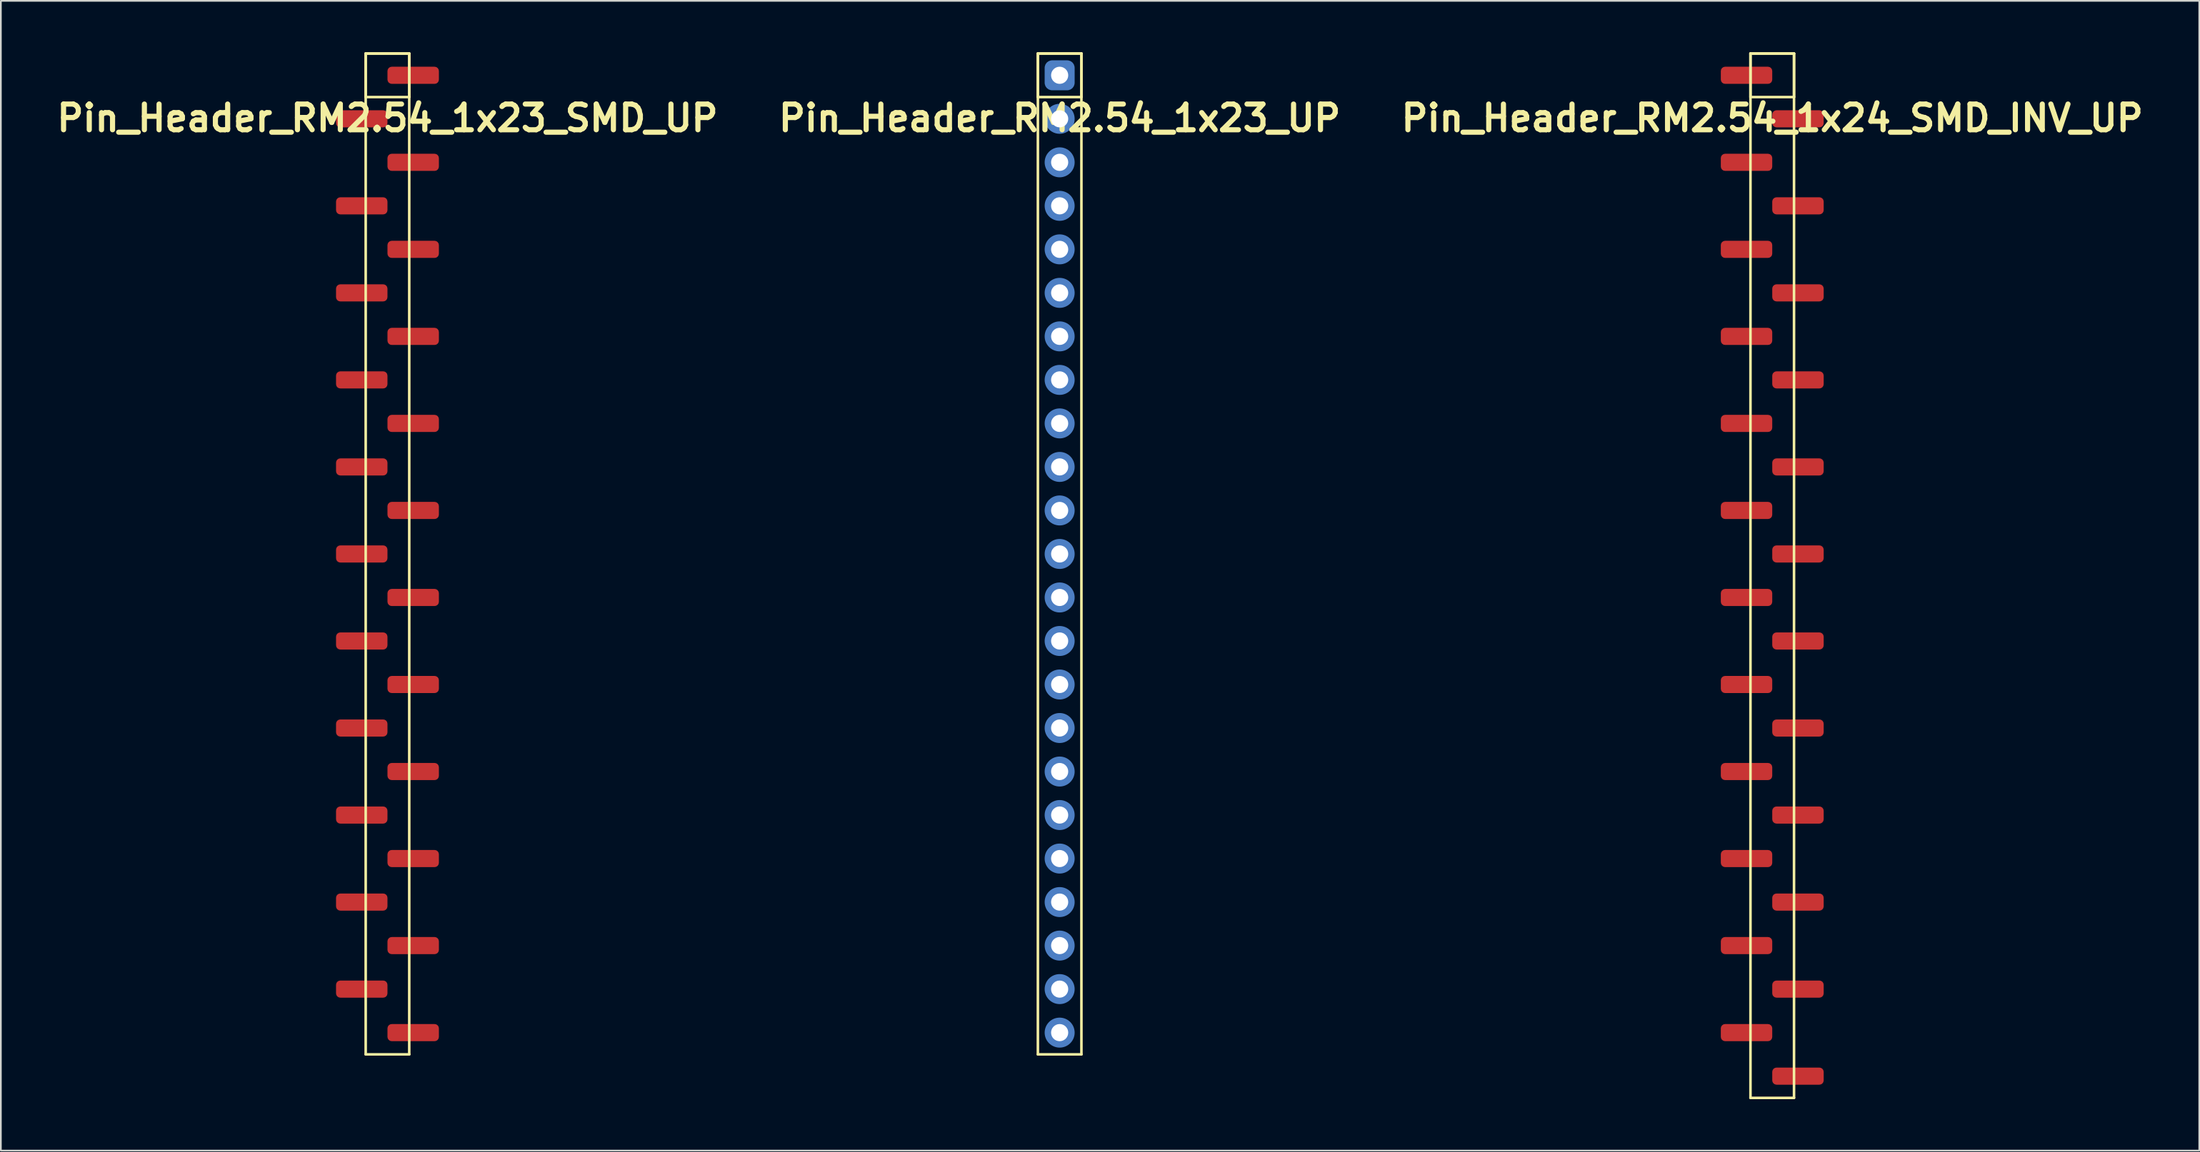
<source format=kicad_pcb>
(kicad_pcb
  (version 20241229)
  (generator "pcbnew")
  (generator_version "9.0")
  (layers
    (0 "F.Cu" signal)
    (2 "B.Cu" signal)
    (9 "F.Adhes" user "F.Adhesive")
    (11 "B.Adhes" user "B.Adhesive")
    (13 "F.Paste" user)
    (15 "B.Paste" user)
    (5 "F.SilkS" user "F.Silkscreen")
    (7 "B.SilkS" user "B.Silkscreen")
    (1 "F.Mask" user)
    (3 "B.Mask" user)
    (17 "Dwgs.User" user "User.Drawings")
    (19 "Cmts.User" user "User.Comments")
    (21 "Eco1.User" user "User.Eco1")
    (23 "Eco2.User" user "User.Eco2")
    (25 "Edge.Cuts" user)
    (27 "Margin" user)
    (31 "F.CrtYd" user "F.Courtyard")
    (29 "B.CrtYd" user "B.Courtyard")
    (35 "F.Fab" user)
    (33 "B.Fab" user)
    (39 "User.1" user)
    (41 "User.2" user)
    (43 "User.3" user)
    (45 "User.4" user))
  (footprint "Pin_Header_RM2.54_1x23_SMD_UP"
    (layer "F.Cu")
    (at 19.55 1.345)
    (property "Reference" "Pin_Header_RM2.54_1x23_SMD_UP" (at 0 2.5 0) (layer "F.SilkS") (effects (font (size 1.5 1.5) (thickness 0.3))))
    (attr through_hole)
    (fp_line (start -1.27 -1.27) (end 1.27 -1.27) (stroke (width 0.15) (type solid)) (layer "F.SilkS"))
    (fp_line (start -1.27 -1.27) (end 1.27 -1.27) (stroke (width 0.15) (type solid)) (layer "F.SilkS"))
    (fp_line (start -1.27 1.27) (end -1.27 -1.27) (stroke (width 0.15) (type solid)) (layer "F.SilkS"))
    (fp_line (start -1.27 57.15) (end -1.27 -1.27) (stroke (width 0.15) (type solid)) (layer "F.SilkS"))
    (fp_line (start 1.27 -1.27) (end 1.27 1.27) (stroke (width 0.15) (type solid)) (layer "F.SilkS"))
    (fp_line (start 1.27 -1.27) (end 1.27 57.15) (stroke (width 0.15) (type solid)) (layer "F.SilkS"))
    (fp_line (start 1.27 1.27) (end -1.27 1.27) (stroke (width 0.15) (type solid)) (layer "F.SilkS"))
    (fp_line (start 1.27 57.15) (end -1.27 57.15) (stroke (width 0.15) (type solid)) (layer "F.SilkS"))
    (pad "1" smd roundrect (at 1.5 0) (size 3 1) (layers "F.Cu" "F.Mask" "F.Paste") (roundrect_rratio 0.25))
    (pad "2" smd roundrect (at -1.5 2.54) (size 3 1) (layers "F.Cu" "F.Mask" "F.Paste") (roundrect_rratio 0.25))
    (pad "3" smd roundrect (at 1.5 5.08) (size 3 1) (layers "F.Cu" "F.Mask" "F.Paste") (roundrect_rratio 0.25))
    (pad "4" smd roundrect (at -1.5 7.62) (size 3 1) (layers "F.Cu" "F.Mask" "F.Paste") (roundrect_rratio 0.25))
    (pad "5" smd roundrect (at 1.5 10.16) (size 3 1) (layers "F.Cu" "F.Mask" "F.Paste") (roundrect_rratio 0.25))
    (pad "6" smd roundrect (at -1.5 12.7) (size 3 1) (layers "F.Cu" "F.Mask" "F.Paste") (roundrect_rratio 0.25))
    (pad "7" smd roundrect (at 1.5 15.24) (size 3 1) (layers "F.Cu" "F.Mask" "F.Paste") (roundrect_rratio 0.25))
    (pad "8" smd roundrect (at -1.5 17.78) (size 3 1) (layers "F.Cu" "F.Mask" "F.Paste") (roundrect_rratio 0.25))
    (pad "9" smd roundrect (at 1.5 20.32) (size 3 1) (layers "F.Cu" "F.Mask" "F.Paste") (roundrect_rratio 0.25))
    (pad "10" smd roundrect (at -1.5 22.86) (size 3 1) (layers "F.Cu" "F.Mask" "F.Paste") (roundrect_rratio 0.25))
    (pad "11" smd roundrect (at 1.5 25.4) (size 3 1) (layers "F.Cu" "F.Mask" "F.Paste") (roundrect_rratio 0.25))
    (pad "12" smd roundrect (at -1.5 27.94) (size 3 1) (layers "F.Cu" "F.Mask" "F.Paste") (roundrect_rratio 0.25))
    (pad "13" smd roundrect (at 1.5 30.48) (size 3 1) (layers "F.Cu" "F.Mask" "F.Paste") (roundrect_rratio 0.25))
    (pad "14" smd roundrect (at -1.5 33.02) (size 3 1) (layers "F.Cu" "F.Mask" "F.Paste") (roundrect_rratio 0.25))
    (pad "15" smd roundrect (at 1.5 35.56) (size 3 1) (layers "F.Cu" "F.Mask" "F.Paste") (roundrect_rratio 0.25))
    (pad "16" smd roundrect (at -1.5 38.1) (size 3 1) (layers "F.Cu" "F.Mask" "F.Paste") (roundrect_rratio 0.25))
    (pad "17" smd roundrect (at 1.5 40.64) (size 3 1) (layers "F.Cu" "F.Mask" "F.Paste") (roundrect_rratio 0.25))
    (pad "18" smd roundrect (at -1.5 43.18) (size 3 1) (layers "F.Cu" "F.Mask" "F.Paste") (roundrect_rratio 0.25))
    (pad "19" smd roundrect (at 1.5 45.72) (size 3 1) (layers "F.Cu" "F.Mask" "F.Paste") (roundrect_rratio 0.25))
    (pad "20" smd roundrect (at -1.5 48.26) (size 3 1) (layers "F.Cu" "F.Mask" "F.Paste") (roundrect_rratio 0.25))
    (pad "21" smd roundrect (at 1.5 50.8) (size 3 1) (layers "F.Cu" "F.Mask" "F.Paste") (roundrect_rratio 0.25))
    (pad "22" smd roundrect (at -1.5 53.34) (size 3 1) (layers "F.Cu" "F.Mask" "F.Paste") (roundrect_rratio 0.25))
    (pad "23" smd roundrect (at 1.5 55.88) (size 3 1) (layers "F.Cu" "F.Mask" "F.Paste") (roundrect_rratio 0.25)))
  (footprint "Pin_Header_RM2.54_1x24_SMD_INV_UP"
    (layer "F.Cu")
    (at 100.321 1.345)
    (property "Reference" "Pin_Header_RM2.54_1x24_SMD_INV_UP" (at 0 2.5 0) (layer "F.SilkS") (effects (font (size 1.5 1.5) (thickness 0.3))))
    (attr through_hole)
    (fp_line (start -1.27 -1.27) (end 1.27 -1.27) (stroke (width 0.15) (type solid)) (layer "F.SilkS"))
    (fp_line (start -1.27 -1.27) (end 1.27 -1.27) (stroke (width 0.15) (type solid)) (layer "F.SilkS"))
    (fp_line (start -1.27 1.27) (end -1.27 -1.27) (stroke (width 0.15) (type solid)) (layer "F.SilkS"))
    (fp_line (start -1.27 59.69) (end -1.27 -1.27) (stroke (width 0.15) (type solid)) (layer "F.SilkS"))
    (fp_line (start 1.27 -1.27) (end 1.27 1.27) (stroke (width 0.15) (type solid)) (layer "F.SilkS"))
    (fp_line (start 1.27 -1.27) (end 1.27 59.69) (stroke (width 0.15) (type solid)) (layer "F.SilkS"))
    (fp_line (start 1.27 1.27) (end -1.27 1.27) (stroke (width 0.15) (type solid)) (layer "F.SilkS"))
    (fp_line (start 1.27 59.69) (end -1.27 59.69) (stroke (width 0.15) (type solid)) (layer "F.SilkS"))
    (pad "1" smd roundrect (at -1.5 0) (size 3 1) (layers "F.Cu" "F.Mask") (roundrect_rratio 0.25))
    (pad "2" smd roundrect (at 1.5 2.54) (size 3 1) (layers "F.Cu" "F.Mask") (roundrect_rratio 0.25))
    (pad "3" smd roundrect (at -1.5 5.08) (size 3 1) (layers "F.Cu" "F.Mask") (roundrect_rratio 0.25))
    (pad "4" smd roundrect (at 1.5 7.62) (size 3 1) (layers "F.Cu" "F.Mask") (roundrect_rratio 0.25))
    (pad "5" smd roundrect (at -1.5 10.16) (size 3 1) (layers "F.Cu" "F.Mask") (roundrect_rratio 0.25))
    (pad "6" smd roundrect (at 1.5 12.7) (size 3 1) (layers "F.Cu" "F.Mask") (roundrect_rratio 0.25))
    (pad "7" smd roundrect (at -1.5 15.24) (size 3 1) (layers "F.Cu" "F.Mask") (roundrect_rratio 0.25))
    (pad "8" smd roundrect (at 1.5 17.78) (size 3 1) (layers "F.Cu" "F.Mask") (roundrect_rratio 0.25))
    (pad "9" smd roundrect (at -1.5 20.32) (size 3 1) (layers "F.Cu" "F.Mask") (roundrect_rratio 0.25))
    (pad "10" smd roundrect (at 1.5 22.86) (size 3 1) (layers "F.Cu" "F.Mask") (roundrect_rratio 0.25))
    (pad "11" smd roundrect (at -1.5 25.4) (size 3 1) (layers "F.Cu" "F.Mask") (roundrect_rratio 0.25))
    (pad "12" smd roundrect (at 1.5 27.94) (size 3 1) (layers "F.Cu" "F.Mask") (roundrect_rratio 0.25))
    (pad "13" smd roundrect (at -1.5 30.48) (size 3 1) (layers "F.Cu" "F.Mask") (roundrect_rratio 0.25))
    (pad "14" smd roundrect (at 1.5 33.02) (size 3 1) (layers "F.Cu" "F.Mask") (roundrect_rratio 0.25))
    (pad "15" smd roundrect (at -1.5 35.56) (size 3 1) (layers "F.Cu" "F.Mask") (roundrect_rratio 0.25))
    (pad "16" smd roundrect (at 1.5 38.1) (size 3 1) (layers "F.Cu" "F.Mask") (roundrect_rratio 0.25))
    (pad "17" smd roundrect (at -1.5 40.64) (size 3 1) (layers "F.Cu" "F.Mask") (roundrect_rratio 0.25))
    (pad "18" smd roundrect (at 1.5 43.18) (size 3 1) (layers "F.Cu" "F.Mask") (roundrect_rratio 0.25))
    (pad "19" smd roundrect (at -1.5 45.72) (size 3 1) (layers "F.Cu" "F.Mask") (roundrect_rratio 0.25))
    (pad "20" smd roundrect (at 1.5 48.26) (size 3 1) (layers "F.Cu" "F.Mask") (roundrect_rratio 0.25))
    (pad "21" smd roundrect (at -1.5 50.8) (size 3 1) (layers "F.Cu" "F.Mask") (roundrect_rratio 0.25))
    (pad "22" smd roundrect (at 1.5 53.34) (size 3 1) (layers "F.Cu" "F.Mask") (roundrect_rratio 0.25))
    (pad "23" smd roundrect (at -1.5 55.88) (size 3 1) (layers "F.Cu" "F.Mask") (roundrect_rratio 0.25))
    (pad "24" smd roundrect (at 1.5 58.42) (size 3 1) (layers "F.Cu" "F.Mask") (roundrect_rratio 0.25)))
  (footprint "Pin_Header_RM2.54_1x23_UP"
    (layer "F.Cu")
    (at 58.757 1.345)
    (property "Reference" "Pin_Header_RM2.54_1x23_UP" (at 0 2.5 0) (layer "F.SilkS") (effects (font (size 1.5 1.5) (thickness 0.3))))
    (attr through_hole)
    (fp_line (start -1.27 -1.27) (end 1.27 -1.27) (stroke (width 0.15) (type solid)) (layer "F.SilkS"))
    (fp_line (start -1.27 -1.27) (end 1.27 -1.27) (stroke (width 0.15) (type solid)) (layer "F.SilkS"))
    (fp_line (start -1.27 1.27) (end -1.27 -1.27) (stroke (width 0.15) (type solid)) (layer "F.SilkS"))
    (fp_line (start -1.27 57.15) (end -1.27 -1.27) (stroke (width 0.15) (type solid)) (layer "F.SilkS"))
    (fp_line (start 1.27 -1.27) (end 1.27 1.27) (stroke (width 0.15) (type solid)) (layer "F.SilkS"))
    (fp_line (start 1.27 -1.27) (end 1.27 57.15) (stroke (width 0.15) (type solid)) (layer "F.SilkS"))
    (fp_line (start 1.27 1.27) (end -1.27 1.27) (stroke (width 0.15) (type solid)) (layer "F.SilkS"))
    (fp_line (start 1.27 57.15) (end -1.27 57.15) (stroke (width 0.15) (type solid)) (layer "F.SilkS"))
    (pad "1" thru_hole circle (at 0 0) (size 1.3 1.3) (drill 1) (layers "*.Cu" "*.Mask"))
    (pad "1" smd roundrect (at 0 0) (size 1.5 1.5) (layers "F.Cu" "F.Mask") (roundrect_rratio 0.25))
    (pad "1" smd roundrect (at 0 0) (size 1.75 1.75) (layers "B.Cu" "B.Mask") (roundrect_rratio 0.25))
    (pad "2" thru_hole circle (at 0 2.54) (size 1.3 1.3) (drill 1) (layers "*.Cu" "*.Mask"))
    (pad "2" smd circle (at 0 2.54) (size 1.5 1.5) (layers "F.Cu" "F.Mask"))
    (pad "2" smd circle (at 0 2.54) (size 1.75 1.75) (layers "B.Cu" "B.Mask"))
    (pad "3" thru_hole circle (at 0 5.08) (size 1.3 1.3) (drill 1) (layers "*.Cu" "*.Mask"))
    (pad "3" smd circle (at 0 5.08) (size 1.5 1.5) (layers "F.Cu" "F.Mask"))
    (pad "3" smd circle (at 0 5.08) (size 1.75 1.75) (layers "B.Cu" "B.Mask"))
    (pad "4" thru_hole circle (at 0 7.62) (size 1.3 1.3) (drill 1) (layers "*.Cu" "*.Mask"))
    (pad "4" smd circle (at 0 7.62) (size 1.5 1.5) (layers "F.Cu" "F.Mask"))
    (pad "4" smd circle (at 0 7.62) (size 1.75 1.75) (layers "B.Cu" "B.Mask"))
    (pad "5" thru_hole circle (at 0 10.16) (size 1.3 1.3) (drill 1) (layers "*.Cu" "*.Mask"))
    (pad "5" smd circle (at 0 10.16) (size 1.5 1.5) (layers "F.Cu" "F.Mask"))
    (pad "5" smd circle (at 0 10.16) (size 1.75 1.75) (layers "B.Cu" "B.Mask"))
    (pad "6" thru_hole circle (at 0 12.7) (size 1.3 1.3) (drill 1) (layers "*.Cu" "*.Mask"))
    (pad "6" smd circle (at 0 12.7) (size 1.5 1.5) (layers "F.Cu" "F.Mask"))
    (pad "6" smd circle (at 0 12.7) (size 1.75 1.75) (layers "B.Cu" "B.Mask"))
    (pad "7" thru_hole circle (at 0 15.24) (size 1.3 1.3) (drill 1) (layers "*.Cu" "*.Mask"))
    (pad "7" smd circle (at 0 15.24) (size 1.5 1.5) (layers "F.Cu" "F.Mask"))
    (pad "7" smd circle (at 0 15.24) (size 1.75 1.75) (layers "B.Cu" "B.Mask"))
    (pad "8" thru_hole circle (at 0 17.78) (size 1.3 1.3) (drill 1) (layers "*.Cu" "*.Mask"))
    (pad "8" smd circle (at 0 17.78) (size 1.5 1.5) (layers "F.Cu" "F.Mask"))
    (pad "8" smd circle (at 0 17.78) (size 1.75 1.75) (layers "B.Cu" "B.Mask"))
    (pad "9" thru_hole circle (at 0 20.32) (size 1.3 1.3) (drill 1) (layers "*.Cu" "*.Mask"))
    (pad "9" smd circle (at 0 20.32) (size 1.5 1.5) (layers "F.Cu" "F.Mask"))
    (pad "9" smd circle (at 0 20.32) (size 1.75 1.75) (layers "B.Cu" "B.Mask"))
    (pad "10" thru_hole circle (at 0 22.86) (size 1.3 1.3) (drill 1) (layers "*.Cu" "*.Mask"))
    (pad "10" smd circle (at 0 22.86) (size 1.5 1.5) (layers "F.Cu" "F.Mask"))
    (pad "10" smd circle (at 0 22.86) (size 1.75 1.75) (layers "B.Cu" "B.Mask"))
    (pad "11" thru_hole circle (at 0 25.4) (size 1.3 1.3) (drill 1) (layers "*.Cu" "*.Mask"))
    (pad "11" smd circle (at 0 25.4) (size 1.5 1.5) (layers "F.Cu" "F.Mask"))
    (pad "11" smd circle (at 0 25.4) (size 1.75 1.75) (layers "B.Cu" "B.Mask"))
    (pad "12" thru_hole circle (at 0 27.94) (size 1.3 1.3) (drill 1) (layers "*.Cu" "*.Mask"))
    (pad "12" smd circle (at 0 27.94) (size 1.5 1.5) (layers "F.Cu" "F.Mask"))
    (pad "12" smd circle (at 0 27.94) (size 1.75 1.75) (layers "B.Cu" "B.Mask"))
    (pad "13" thru_hole circle (at 0 30.48) (size 1.3 1.3) (drill 1) (layers "*.Cu" "*.Mask"))
    (pad "13" smd circle (at 0 30.48) (size 1.5 1.5) (layers "F.Cu" "F.Mask"))
    (pad "13" smd circle (at 0 30.48) (size 1.75 1.75) (layers "B.Cu" "B.Mask"))
    (pad "14" thru_hole circle (at 0 33.02) (size 1.3 1.3) (drill 1) (layers "*.Cu" "*.Mask"))
    (pad "14" smd circle (at 0 33.02) (size 1.5 1.5) (layers "F.Cu" "F.Mask"))
    (pad "14" smd circle (at 0 33.02) (size 1.75 1.75) (layers "B.Cu" "B.Mask"))
    (pad "15" thru_hole circle (at 0 35.56) (size 1.3 1.3) (drill 1) (layers "*.Cu" "*.Mask"))
    (pad "15" smd circle (at 0 35.56) (size 1.5 1.5) (layers "F.Cu" "F.Mask"))
    (pad "15" smd circle (at 0 35.56) (size 1.75 1.75) (layers "B.Cu" "B.Mask"))
    (pad "16" thru_hole circle (at 0 38.1) (size 1.3 1.3) (drill 1) (layers "*.Cu" "*.Mask"))
    (pad "16" smd circle (at 0 38.1) (size 1.5 1.5) (layers "F.Cu" "F.Mask"))
    (pad "16" smd circle (at 0 38.1) (size 1.75 1.75) (layers "B.Cu" "B.Mask"))
    (pad "17" thru_hole circle (at 0 40.64) (size 1.3 1.3) (drill 1) (layers "*.Cu" "*.Mask"))
    (pad "17" smd circle (at 0 40.64) (size 1.5 1.5) (layers "F.Cu" "F.Mask"))
    (pad "17" smd circle (at 0 40.64) (size 1.75 1.75) (layers "B.Cu" "B.Mask"))
    (pad "18" thru_hole circle (at 0 43.18) (size 1.3 1.3) (drill 1) (layers "*.Cu" "*.Mask"))
    (pad "18" smd circle (at 0 43.18) (size 1.5 1.5) (layers "F.Cu" "F.Mask"))
    (pad "18" smd circle (at 0 43.18) (size 1.75 1.75) (layers "B.Cu" "B.Mask"))
    (pad "19" thru_hole circle (at 0 45.72) (size 1.3 1.3) (drill 1) (layers "*.Cu" "*.Mask"))
    (pad "19" smd circle (at 0 45.72) (size 1.5 1.5) (layers "F.Cu" "F.Mask"))
    (pad "19" smd circle (at 0 45.72) (size 1.75 1.75) (layers "B.Cu" "B.Mask"))
    (pad "20" thru_hole circle (at 0 48.26) (size 1.3 1.3) (drill 1) (layers "*.Cu" "*.Mask"))
    (pad "20" smd circle (at 0 48.26) (size 1.5 1.5) (layers "F.Cu" "F.Mask"))
    (pad "20" smd circle (at 0 48.26) (size 1.75 1.75) (layers "B.Cu" "B.Mask"))
    (pad "21" thru_hole circle (at 0 50.8) (size 1.3 1.3) (drill 1) (layers "*.Cu" "*.Mask"))
    (pad "21" smd circle (at 0 50.8) (size 1.5 1.5) (layers "F.Cu" "F.Mask"))
    (pad "21" smd circle (at 0 50.8) (size 1.75 1.75) (layers "B.Cu" "B.Mask"))
    (pad "22" thru_hole circle (at 0 53.34) (size 1.3 1.3) (drill 1) (layers "*.Cu" "*.Mask"))
    (pad "22" smd circle (at 0 53.34) (size 1.5 1.5) (layers "F.Cu" "F.Mask"))
    (pad "22" smd circle (at 0 53.34) (size 1.75 1.75) (layers "B.Cu" "B.Mask"))
    (pad "23" thru_hole circle (at 0 55.88) (size 1.3 1.3) (drill 1) (layers "*.Cu" "*.Mask"))
    (pad "23" smd circle (at 0 55.88) (size 1.5 1.5) (layers "F.Cu" "F.Mask"))
    (pad "23" smd circle (at 0 55.88) (size 1.75 1.75) (layers "B.Cu" "B.Mask")))
  (gr_rect
    (start -3 -3)
    (end 125.229 64.11)
    (stroke (width 0.1) (type default))
    (fill no)
    (layer "Edge.Cuts")))
</source>
